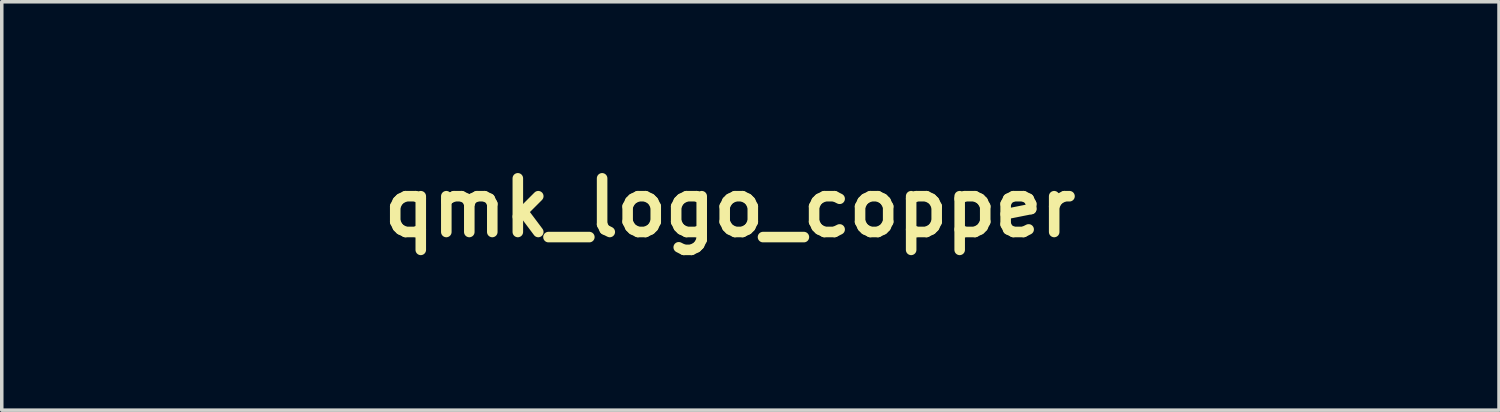
<source format=kicad_pcb>
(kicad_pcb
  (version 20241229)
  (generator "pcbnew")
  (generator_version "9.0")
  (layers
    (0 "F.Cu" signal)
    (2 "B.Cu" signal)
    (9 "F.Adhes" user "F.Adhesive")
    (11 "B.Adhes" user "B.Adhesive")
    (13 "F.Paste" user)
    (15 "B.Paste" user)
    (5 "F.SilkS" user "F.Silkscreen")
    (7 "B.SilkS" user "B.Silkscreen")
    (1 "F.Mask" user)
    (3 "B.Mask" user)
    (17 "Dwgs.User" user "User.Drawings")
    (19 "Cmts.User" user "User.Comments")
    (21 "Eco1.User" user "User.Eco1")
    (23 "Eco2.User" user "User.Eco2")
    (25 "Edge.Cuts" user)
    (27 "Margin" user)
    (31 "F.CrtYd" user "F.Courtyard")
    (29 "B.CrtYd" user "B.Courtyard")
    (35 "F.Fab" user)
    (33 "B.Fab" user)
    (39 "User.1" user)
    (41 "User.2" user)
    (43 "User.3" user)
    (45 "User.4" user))
  (footprint "qmk_logo_copper"
    (layer "F.Cu")
    (at 18.352 2.771)
    (property "Reference" "qmk_logo_copper" (at -0.665 0.081 0) (layer "F.SilkS") (effects (font (size 1.524 1.524) (thickness 0.3))))
    (attr through_hole)
    (fp_poly (pts (xy -0.665 -0.626) (xy -0.588 -0.592) (xy -0.55 -0.522) (xy -0.54 -0.411) (xy -0.54 -0.253) (xy -0.716 -0.274) (xy -0.855 -0.28) (xy -0.961 -0.254) (xy -1.055 -0.187) (xy -1.153 -0.072) (xy -1.16 -0.062) (xy -1.269 0.086) (xy -1.286 1.349) (xy -1.43 1.359) (xy -1.521 1.36) (xy -1.584 1.352) (xy -1.597 1.346) (xy -1.602 1.309) (xy -1.607 1.217) (xy -1.612 1.078) (xy -1.615 0.899) (xy -1.618 0.688) (xy -1.619 0.454) (xy -1.619 0.358) (xy -1.619 -0.607) (xy -1.468 -0.597) (xy -1.318 -0.587) (xy -1.308 -0.453) (xy -1.298 -0.319) (xy -1.2 -0.431) (xy -1.068 -0.553) (xy -0.929 -0.618) (xy -0.793 -0.635) (xy -0.665 -0.626)) (stroke (width 0.01) (type solid)) (fill yes) (layer "F.Mask"))
    (fp_poly (pts (xy 18.033 -1.317) (xy 18.103 -1.284) (xy 18.129 -1.233) (xy 18.109 -1.189) (xy 18.052 -1.103) (xy 17.963 -0.983) (xy 17.848 -0.835) (xy 17.71 -0.666) (xy 17.671 -0.619) (xy 17.213 -0.07) (xy 17.704 0.588) (xy 17.837 0.767) (xy 17.955 0.932) (xy 18.054 1.075) (xy 18.129 1.189) (xy 18.174 1.266) (xy 18.186 1.297) (xy 18.151 1.332) (xy 18.075 1.354) (xy 17.979 1.363) (xy 17.886 1.356) (xy 17.817 1.332) (xy 17.805 1.323) (xy 17.775 1.285) (xy 17.712 1.204) (xy 17.623 1.087) (xy 17.515 0.941) (xy 17.392 0.775) (xy 17.302 0.652) (xy 16.843 0.027) (xy 16.812 1.349) (xy 16.652 1.359) (xy 16.555 1.36) (xy 16.487 1.353) (xy 16.469 1.346) (xy 16.464 1.31) (xy 16.46 1.218) (xy 16.456 1.075) (xy 16.452 0.89) (xy 16.449 0.668) (xy 16.448 0.417) (xy 16.447 0.144) (xy 16.447 0.026) (xy 16.447 -1.272) (xy 16.534 -1.305) (xy 16.652 -1.321) (xy 16.716 -1.311) (xy 16.812 -1.284) (xy 16.843 -0.119) (xy 17.303 -0.698) (xy 17.449 -0.88) (xy 17.581 -1.037) (xy 17.693 -1.164) (xy 17.778 -1.255) (xy 17.833 -1.302) (xy 17.842 -1.307) (xy 17.94 -1.327) (xy 18.033 -1.317)) (stroke (width 0.01) (type solid)) (fill yes) (layer "F.Mask"))
    (fp_poly (pts (xy -7.958 -0.628) (xy -7.738 -0.601) (xy -7.564 -0.543) (xy -7.423 -0.449) (xy -7.341 -0.363) (xy -7.242 -0.2) (xy -7.174 0.004) (xy -7.137 0.233) (xy -7.135 0.472) (xy -7.169 0.705) (xy -7.187 0.774) (xy -7.271 0.958) (xy -7.401 1.124) (xy -7.561 1.258) (xy -7.738 1.344) (xy -7.748 1.347) (xy -7.929 1.382) (xy -8.127 1.392) (xy -8.31 1.376) (xy -8.378 1.361) (xy -8.578 1.274) (xy -8.738 1.139) (xy -8.859 0.956) (xy -8.94 0.73) (xy -8.98 0.473) (xy -8.977 0.389) (xy -8.604 0.389) (xy -8.584 0.614) (xy -8.526 0.801) (xy -8.433 0.943) (xy -8.306 1.035) (xy -8.287 1.044) (xy -8.182 1.068) (xy -8.048 1.077) (xy -7.918 1.069) (xy -7.832 1.05) (xy -7.706 0.969) (xy -7.606 0.84) (xy -7.537 0.671) (xy -7.503 0.472) (xy -7.505 0.282) (xy -7.538 0.067) (xy -7.596 -0.094) (xy -7.684 -0.209) (xy -7.806 -0.285) (xy -7.906 -0.317) (xy -8.095 -0.336) (xy -8.261 -0.298) (xy -8.398 -0.208) (xy -8.503 -0.07) (xy -8.573 0.113) (xy -8.603 0.337) (xy -8.604 0.389) (xy -8.977 0.389) (xy -8.972 0.219) (xy -8.918 -0.019) (xy -8.82 -0.23) (xy -8.7 -0.383) (xy -8.549 -0.508) (xy -8.385 -0.587) (xy -8.194 -0.626) (xy -7.961 -0.629) (xy -7.958 -0.628)) (stroke (width 0.01) (type solid)) (fill yes) (layer "F.Mask"))
    (fp_poly (pts (xy 5.281 -1.494) (xy 5.366 -1.462) (xy 5.366 -0.373) (xy 5.477 -0.458) (xy 5.66 -0.57) (xy 5.847 -0.626) (xy 5.969 -0.635) (xy 6.181 -0.608) (xy 6.359 -0.529) (xy 6.502 -0.398) (xy 6.608 -0.218) (xy 6.676 0.01) (xy 6.706 0.283) (xy 6.707 0.352) (xy 6.686 0.645) (xy 6.624 0.891) (xy 6.521 1.089) (xy 6.377 1.24) (xy 6.245 1.32) (xy 6.046 1.383) (xy 5.848 1.391) (xy 5.665 1.345) (xy 5.637 1.332) (xy 5.534 1.271) (xy 5.44 1.2) (xy 5.425 1.186) (xy 5.338 1.103) (xy 5.328 1.226) (xy 5.319 1.301) (xy 5.296 1.338) (xy 5.242 1.353) (xy 5.167 1.359) (xy 5.016 1.369) (xy 5.016 0.749) (xy 5.366 0.749) (xy 5.501 0.881) (xy 5.656 1.006) (xy 5.804 1.07) (xy 5.948 1.073) (xy 6.09 1.015) (xy 6.199 0.917) (xy 6.274 0.775) (xy 6.317 0.584) (xy 6.329 0.365) (xy 6.318 0.155) (xy 6.286 -0.008) (xy 6.228 -0.136) (xy 6.147 -0.238) (xy 6.037 -0.306) (xy 5.904 -0.323) (xy 5.757 -0.292) (xy 5.608 -0.216) (xy 5.467 -0.096) (xy 5.444 -0.071) (xy 5.411 -0.029) (xy 5.389 0.016) (xy 5.376 0.079) (xy 5.369 0.172) (xy 5.367 0.309) (xy 5.367 0.382) (xy 5.366 0.749) (xy 5.016 0.749) (xy 5.016 -1.487) (xy 5.106 -1.507) (xy 5.205 -1.51) (xy 5.281 -1.494)) (stroke (width 0.01) (type solid)) (fill yes) (layer "F.Mask"))
    (fp_poly (pts (xy -10.239 -1.3) (xy -10.076 -1.292) (xy -9.931 -1.279) (xy -9.817 -1.261) (xy -9.784 -1.253) (xy -9.584 -1.164) (xy -9.429 -1.032) (xy -9.322 -0.86) (xy -9.265 -0.652) (xy -9.257 -0.522) (xy -9.284 -0.28) (xy -9.361 -0.074) (xy -9.488 0.093) (xy -9.661 0.22) (xy -9.88 0.304) (xy -10.142 0.345) (xy -10.261 0.349) (xy -10.509 0.349) (xy -10.509 0.819) (xy -10.512 1.034) (xy -10.519 1.188) (xy -10.531 1.285) (xy -10.547 1.327) (xy -10.6 1.35) (xy -10.686 1.363) (xy -10.778 1.365) (xy -10.85 1.354) (xy -10.869 1.344) (xy -10.874 1.309) (xy -10.878 1.217) (xy -10.882 1.075) (xy -10.885 0.89) (xy -10.888 0.669) (xy -10.889 0.419) (xy -10.89 0.147) (xy -10.89 0.049) (xy -10.89 -0.294) (xy -10.888 -0.577) (xy -10.885 -0.806) (xy -10.881 -0.983) (xy -10.881 -0.984) (xy -10.509 -0.984) (xy -10.509 0.032) (xy -10.263 0.032) (xy -10.086 0.023) (xy -9.958 -0.003) (xy -9.908 -0.024) (xy -9.785 -0.109) (xy -9.707 -0.221) (xy -9.667 -0.373) (xy -9.66 -0.453) (xy -9.667 -0.64) (xy -9.716 -0.783) (xy -9.809 -0.886) (xy -9.95 -0.951) (xy -10.142 -0.981) (xy -10.247 -0.984) (xy -10.509 -0.984) (xy -10.881 -0.984) (xy -10.875 -1.114) (xy -10.868 -1.201) (xy -10.859 -1.251) (xy -10.852 -1.264) (xy -10.802 -1.282) (xy -10.702 -1.294) (xy -10.565 -1.302) (xy -10.407 -1.304) (xy -10.239 -1.3)) (stroke (width 0.01) (type solid)) (fill yes) (layer "F.Mask"))
    (fp_poly (pts (xy 3.289 -1.486) (xy 3.445 -1.476) (xy 3.445 1.349) (xy 3.159 1.349) (xy 3.143 1.211) (xy 3.127 1.072) (xy 3.064 1.143) (xy 2.919 1.261) (xy 2.74 1.343) (xy 2.545 1.385) (xy 2.354 1.381) (xy 2.242 1.352) (xy 2.067 1.255) (xy 1.93 1.107) (xy 1.831 0.909) (xy 1.771 0.665) (xy 1.754 0.492) (xy 1.755 0.381) (xy 2.128 0.381) (xy 2.137 0.591) (xy 2.169 0.753) (xy 2.226 0.88) (xy 2.302 0.975) (xy 2.426 1.059) (xy 2.567 1.084) (xy 2.716 1.05) (xy 2.807 1) (xy 2.915 0.923) (xy 2.989 0.855) (xy 3.037 0.78) (xy 3.064 0.685) (xy 3.076 0.556) (xy 3.079 0.379) (xy 3.079 0.364) (xy 3.08 -0.019) (xy 2.961 -0.133) (xy 2.848 -0.231) (xy 2.752 -0.287) (xy 2.649 -0.313) (xy 2.554 -0.318) (xy 2.453 -0.311) (xy 2.381 -0.281) (xy 2.307 -0.214) (xy 2.299 -0.205) (xy 2.218 -0.1) (xy 2.165 0.022) (xy 2.137 0.174) (xy 2.128 0.373) (xy 2.128 0.381) (xy 1.755 0.381) (xy 1.758 0.197) (xy 1.804 -0.057) (xy 1.889 -0.268) (xy 2.012 -0.433) (xy 2.17 -0.551) (xy 2.362 -0.617) (xy 2.586 -0.629) (xy 2.587 -0.629) (xy 2.721 -0.614) (xy 2.822 -0.583) (xy 2.921 -0.526) (xy 2.936 -0.515) (xy 3.08 -0.414) (xy 3.08 -0.913) (xy 3.082 -1.087) (xy 3.087 -1.241) (xy 3.093 -1.361) (xy 3.102 -1.436) (xy 3.107 -1.455) (xy 3.161 -1.482) (xy 3.273 -1.487) (xy 3.289 -1.486)) (stroke (width 0.01) (type solid)) (fill yes) (layer "F.Mask"))
    (fp_poly (pts (xy 8.637 -0.6) (xy 8.684 -0.586) (xy 8.699 -0.554) (xy 8.7 -0.539) (xy 8.689 -0.496) (xy 8.659 -0.401) (xy 8.613 -0.263) (xy 8.553 -0.087) (xy 8.482 0.117) (xy 8.403 0.342) (xy 8.319 0.58) (xy 8.231 0.824) (xy 8.144 1.066) (xy 8.06 1.298) (xy 7.981 1.513) (xy 7.911 1.702) (xy 7.852 1.859) (xy 7.807 1.975) (xy 7.778 2.042) (xy 7.771 2.056) (xy 7.723 2.079) (xy 7.639 2.092) (xy 7.543 2.094) (xy 7.461 2.086) (xy 7.415 2.066) (xy 7.414 2.065) (xy 7.417 2.024) (xy 7.441 1.938) (xy 7.48 1.821) (xy 7.522 1.711) (xy 7.648 1.388) (xy 7.301 0.456) (xy 7.215 0.224) (xy 7.137 0.009) (xy 7.069 -0.181) (xy 7.015 -0.339) (xy 6.976 -0.456) (xy 6.956 -0.526) (xy 6.953 -0.539) (xy 6.961 -0.577) (xy 6.994 -0.596) (xy 7.068 -0.603) (xy 7.124 -0.603) (xy 7.232 -0.598) (xy 7.292 -0.58) (xy 7.318 -0.548) (xy 7.335 -0.502) (xy 7.37 -0.407) (xy 7.419 -0.27) (xy 7.479 -0.102) (xy 7.547 0.087) (xy 7.576 0.171) (xy 7.646 0.365) (xy 7.709 0.54) (xy 7.762 0.686) (xy 7.803 0.795) (xy 7.827 0.856) (xy 7.832 0.866) (xy 7.847 0.846) (xy 7.879 0.774) (xy 7.926 0.658) (xy 7.984 0.504) (xy 8.049 0.322) (xy 8.099 0.18) (xy 8.169 -0.023) (xy 8.233 -0.206) (xy 8.288 -0.361) (xy 8.33 -0.48) (xy 8.358 -0.552) (xy 8.366 -0.571) (xy 8.407 -0.59) (xy 8.489 -0.601) (xy 8.543 -0.603) (xy 8.637 -0.6)) (stroke (width 0.01) (type solid)) (fill yes) (layer "F.Mask"))
    (fp_poly (pts (xy 0.629 -0.63) (xy 0.853 -0.59) (xy 1.038 -0.5) (xy 1.184 -0.362) (xy 1.288 -0.179) (xy 1.347 0.048) (xy 1.356 0.124) (xy 1.364 0.227) (xy 1.365 0.305) (xy 1.351 0.362) (xy 1.315 0.401) (xy 1.249 0.425) (xy 1.147 0.438) (xy 1 0.444) (xy 0.801 0.445) (xy 0.658 0.445) (xy 0.023 0.445) (xy 0.042 0.605) (xy 0.087 0.792) (xy 0.173 0.932) (xy 0.301 1.026) (xy 0.475 1.077) (xy 0.633 1.086) (xy 0.784 1.074) (xy 0.947 1.046) (xy 1.038 1.022) (xy 1.165 0.989) (xy 1.245 0.987) (xy 1.288 1.019) (xy 1.302 1.089) (xy 1.302 1.102) (xy 1.277 1.189) (xy 1.201 1.259) (xy 1.069 1.316) (xy 0.957 1.346) (xy 0.675 1.39) (xy 0.427 1.384) (xy 0.237 1.34) (xy 0.043 1.254) (xy -0.102 1.143) (xy -0.208 0.995) (xy -0.286 0.799) (xy -0.3 0.746) (xy -0.342 0.488) (xy -0.336 0.224) (xy -0.322 0.151) (xy 0.032 0.151) (xy 0.048 0.167) (xy 0.101 0.178) (xy 0.197 0.185) (xy 0.344 0.189) (xy 0.527 0.191) (xy 1.023 0.191) (xy 1.001 0.073) (xy 0.945 -0.109) (xy 0.855 -0.238) (xy 0.728 -0.315) (xy 0.564 -0.343) (xy 0.5 -0.341) (xy 0.384 -0.328) (xy 0.304 -0.3) (xy 0.23 -0.245) (xy 0.206 -0.222) (xy 0.113 -0.102) (xy 0.051 0.037) (xy 0.032 0.151) (xy -0.322 0.151) (xy -0.287 -0.026) (xy -0.22 -0.195) (xy -0.132 -0.321) (xy -0.007 -0.443) (xy 0.134 -0.543) (xy 0.268 -0.603) (xy 0.376 -0.622) (xy 0.515 -0.631) (xy 0.629 -0.63)) (stroke (width 0.01) (type solid)) (fill yes) (layer "F.Mask"))
    (fp_poly (pts (xy -2.7 -0.609) (xy -2.501 -0.534) (xy -2.342 -0.411) (xy -2.225 -0.241) (xy -2.172 -0.108) (xy -2.144 0.019) (xy -2.13 0.153) (xy -2.131 0.276) (xy -2.146 0.369) (xy -2.165 0.406) (xy -2.203 0.421) (xy -2.288 0.432) (xy -2.422 0.439) (xy -2.612 0.443) (xy -2.832 0.445) (xy -3.461 0.445) (xy -3.459 0.532) (xy -3.429 0.711) (xy -3.348 0.872) (xy -3.227 0.997) (xy -3.16 1.04) (xy -3.047 1.073) (xy -2.895 1.086) (xy -2.722 1.078) (xy -2.548 1.05) (xy -2.431 1.017) (xy -2.321 0.983) (xy -2.256 0.973) (xy -2.222 0.986) (xy -2.217 0.992) (xy -2.194 1.068) (xy -2.197 1.157) (xy -2.225 1.226) (xy -2.233 1.234) (xy -2.335 1.29) (xy -2.481 1.335) (xy -2.656 1.367) (xy -2.842 1.385) (xy -3.021 1.385) (xy -3.176 1.367) (xy -3.233 1.352) (xy -3.439 1.257) (xy -3.599 1.119) (xy -3.717 0.938) (xy -3.793 0.709) (xy -3.81 0.615) (xy -3.826 0.381) (xy -3.806 0.14) (xy -3.795 0.095) (xy -3.46 0.095) (xy -3.458 0.14) (xy -3.421 0.168) (xy -3.344 0.183) (xy -3.219 0.189) (xy -3.039 0.191) (xy -2.969 0.191) (xy -2.781 0.19) (xy -2.648 0.188) (xy -2.56 0.182) (xy -2.509 0.173) (xy -2.484 0.159) (xy -2.477 0.139) (xy -2.477 0.135) (xy -2.502 -0.013) (xy -2.569 -0.156) (xy -2.635 -0.238) (xy -2.708 -0.295) (xy -2.792 -0.327) (xy -2.912 -0.342) (xy -2.913 -0.342) (xy -3.087 -0.331) (xy -3.226 -0.269) (xy -3.338 -0.151) (xy -3.389 -0.064) (xy -3.435 0.028) (xy -3.46 0.095) (xy -3.795 0.095) (xy -3.752 -0.081) (xy -3.731 -0.138) (xy -3.619 -0.328) (xy -3.463 -0.476) (xy -3.269 -0.577) (xy -3.045 -0.629) (xy -2.937 -0.634) (xy -2.7 -0.609)) (stroke (width 0.01) (type solid)) (fill yes) (layer "F.Mask"))
    (fp_poly (pts (xy 11.417 -1.309) (xy 11.663 -1.238) (xy 11.868 -1.12) (xy 12.032 -0.954) (xy 12.154 -0.739) (xy 12.236 -0.476) (xy 12.277 -0.164) (xy 12.28 -0.119) (xy 12.28 0.192) (xy 12.248 0.456) (xy 12.182 0.684) (xy 12.08 0.884) (xy 12.041 0.942) (xy 11.969 1.042) (xy 12.089 1.136) (xy 12.183 1.202) (xy 12.305 1.275) (xy 12.402 1.328) (xy 12.533 1.407) (xy 12.605 1.488) (xy 12.625 1.579) (xy 12.602 1.673) (xy 12.577 1.721) (xy 12.539 1.74) (xy 12.475 1.73) (xy 12.371 1.693) (xy 12.341 1.681) (xy 12.211 1.617) (xy 12.046 1.517) (xy 11.843 1.377) (xy 11.743 1.305) (xy 11.696 1.281) (xy 11.641 1.283) (xy 11.555 1.312) (xy 11.548 1.315) (xy 11.348 1.369) (xy 11.121 1.39) (xy 10.886 1.379) (xy 10.665 1.336) (xy 10.477 1.263) (xy 10.457 1.252) (xy 10.304 1.138) (xy 10.165 0.987) (xy 10.058 0.822) (xy 10.026 0.749) (xy 9.959 0.503) (xy 9.922 0.226) (xy 9.922 0.166) (xy 10.321 0.166) (xy 10.336 0.358) (xy 10.351 0.449) (xy 10.411 0.634) (xy 10.5 0.798) (xy 10.61 0.922) (xy 10.668 0.963) (xy 10.822 1.025) (xy 11.007 1.055) (xy 11.2 1.054) (xy 11.376 1.02) (xy 11.446 0.992) (xy 11.61 0.878) (xy 11.742 0.718) (xy 11.812 0.576) (xy 11.867 0.375) (xy 11.895 0.145) (xy 11.896 -0.095) (xy 11.873 -0.325) (xy 11.824 -0.528) (xy 11.78 -0.632) (xy 11.66 -0.805) (xy 11.501 -0.926) (xy 11.306 -0.996) (xy 11.106 -1.015) (xy 10.885 -0.99) (xy 10.702 -0.915) (xy 10.552 -0.787) (xy 10.432 -0.603) (xy 10.409 -0.556) (xy 10.367 -0.42) (xy 10.337 -0.242) (xy 10.322 -0.04) (xy 10.321 0.166) (xy 9.922 0.166) (xy 9.918 -0.059) (xy 9.933 -0.226) (xy 9.997 -0.531) (xy 10.102 -0.788) (xy 10.247 -0.995) (xy 10.431 -1.153) (xy 10.656 -1.262) (xy 10.921 -1.321) (xy 11.128 -1.333) (xy 11.417 -1.309)) (stroke (width 0.01) (type solid)) (fill yes) (layer "F.Mask"))
    (fp_poly (pts (xy 15.642 -1.288) (xy 15.719 -1.261) (xy 15.73 -1.252) (xy 15.743 -1.233) (xy 15.753 -1.202) (xy 15.761 -1.152) (xy 15.767 -1.077) (xy 15.771 -0.971) (xy 15.774 -0.829) (xy 15.775 -0.645) (xy 15.775 -0.413) (xy 15.773 -0.126) (xy 15.772 0.074) (xy 15.764 1.349) (xy 15.415 1.349) (xy 15.383 -0.926) (xy 14.941 0.18) (xy 14.841 0.431) (xy 14.747 0.664) (xy 14.662 0.872) (xy 14.589 1.049) (xy 14.53 1.188) (xy 14.49 1.282) (xy 14.47 1.325) (xy 14.469 1.326) (xy 14.42 1.35) (xy 14.335 1.364) (xy 14.303 1.365) (xy 14.213 1.357) (xy 14.149 1.335) (xy 14.138 1.326) (xy 14.12 1.288) (xy 14.083 1.197) (xy 14.028 1.061) (xy 13.958 0.886) (xy 13.877 0.679) (xy 13.786 0.447) (xy 13.69 0.196) (xy 13.682 0.176) (xy 13.256 -0.934) (xy 13.224 1.349) (xy 13.081 1.359) (xy 12.978 1.356) (xy 12.908 1.336) (xy 12.898 1.329) (xy 12.887 1.287) (xy 12.878 1.19) (xy 12.871 1.046) (xy 12.865 0.865) (xy 12.86 0.654) (xy 12.857 0.422) (xy 12.856 0.177) (xy 12.856 -0.071) (xy 12.858 -0.315) (xy 12.862 -0.546) (xy 12.867 -0.756) (xy 12.873 -0.936) (xy 12.882 -1.077) (xy 12.891 -1.171) (xy 12.9 -1.206) (xy 12.928 -1.249) (xy 12.969 -1.275) (xy 13.04 -1.288) (xy 13.156 -1.295) (xy 13.305 -1.295) (xy 13.405 -1.277) (xy 13.447 -1.256) (xy 13.475 -1.226) (xy 13.514 -1.161) (xy 13.564 -1.059) (xy 13.628 -0.915) (xy 13.709 -0.724) (xy 13.807 -0.482) (xy 13.91 -0.223) (xy 14.004 0.012) (xy 14.09 0.226) (xy 14.167 0.414) (xy 14.231 0.568) (xy 14.28 0.682) (xy 14.311 0.748) (xy 14.32 0.762) (xy 14.337 0.734) (xy 14.374 0.653) (xy 14.43 0.528) (xy 14.501 0.364) (xy 14.584 0.169) (xy 14.676 -0.052) (xy 14.747 -0.224) (xy 14.874 -0.527) (xy 14.983 -0.78) (xy 15.073 -0.982) (xy 15.144 -1.13) (xy 15.194 -1.223) (xy 15.22 -1.256) (xy 15.297 -1.285) (xy 15.408 -1.301) (xy 15.531 -1.301) (xy 15.642 -1.288)) (stroke (width 0.01) (type solid)) (fill yes) (layer "F.Mask"))
    (fp_poly (pts (xy -6.434 -0.341) (xy -6.386 -0.18) (xy -6.333 -0.003) (xy -6.288 0.153) (xy -6.287 0.159) (xy -6.243 0.31) (xy -6.191 0.486) (xy -6.141 0.651) (xy -6.137 0.667) (xy -6.055 0.937) (xy -5.857 0.201) (xy -5.801 -0.006) (xy -5.749 -0.194) (xy -5.704 -0.353) (xy -5.668 -0.474) (xy -5.645 -0.549) (xy -5.637 -0.569) (xy -5.596 -0.589) (xy -5.513 -0.601) (xy -5.461 -0.603) (xy -5.367 -0.6) (xy -5.316 -0.584) (xy -5.29 -0.544) (xy -5.277 -0.5) (xy -5.217 -0.29) (xy -5.155 -0.074) (xy -5.093 0.14) (xy -5.033 0.343) (xy -4.978 0.526) (xy -4.93 0.68) (xy -4.893 0.798) (xy -4.868 0.87) (xy -4.859 0.889) (xy -4.845 0.86) (xy -4.817 0.779) (xy -4.779 0.657) (xy -4.732 0.502) (xy -4.686 0.341) (xy -4.63 0.147) (xy -4.576 -0.041) (xy -4.527 -0.208) (xy -4.489 -0.34) (xy -4.47 -0.405) (xy -4.41 -0.603) (xy -4.255 -0.603) (xy -4.161 -0.597) (xy -4.095 -0.582) (xy -4.08 -0.572) (xy -4.085 -0.536) (xy -4.106 -0.45) (xy -4.141 -0.32) (xy -4.187 -0.158) (xy -4.241 0.029) (xy -4.3 0.231) (xy -4.362 0.439) (xy -4.425 0.644) (xy -4.484 0.837) (xy -4.538 1.009) (xy -4.585 1.151) (xy -4.62 1.253) (xy -4.636 1.294) (xy -4.661 1.334) (xy -4.704 1.356) (xy -4.782 1.364) (xy -4.853 1.365) (xy -4.97 1.358) (xy -5.05 1.34) (xy -5.073 1.326) (xy -5.091 1.284) (xy -5.124 1.192) (xy -5.168 1.057) (xy -5.219 0.89) (xy -5.276 0.7) (xy -5.295 0.635) (xy -5.485 -0.016) (xy -5.523 0.127) (xy -5.611 0.455) (xy -5.684 0.726) (xy -5.743 0.942) (xy -5.788 1.107) (xy -5.822 1.225) (xy -5.845 1.299) (xy -5.857 1.332) (xy -5.858 1.334) (xy -5.901 1.353) (xy -5.985 1.364) (xy -6.087 1.364) (xy -6.185 1.356) (xy -6.258 1.339) (xy -6.28 1.326) (xy -6.298 1.285) (xy -6.331 1.193) (xy -6.376 1.059) (xy -6.43 0.892) (xy -6.491 0.702) (xy -6.555 0.497) (xy -6.62 0.288) (xy -6.682 0.083) (xy -6.74 -0.108) (xy -6.789 -0.276) (xy -6.827 -0.41) (xy -6.851 -0.503) (xy -6.858 -0.543) (xy -6.849 -0.578) (xy -6.814 -0.596) (xy -6.736 -0.603) (xy -6.685 -0.603) (xy -6.513 -0.603) (xy -6.434 -0.341)) (stroke (width 0.01) (type solid)) (fill yes) (layer "F.Mask"))
    (fp_poly (pts (xy -16.2 -2.756) (xy -16.05 -2.746) (xy -16.04 -2.469) (xy -16.031 -2.191) (xy -15.719 -2.191) (xy -15.71 -2.469) (xy -15.7 -2.746) (xy -15.415 -2.746) (xy -15.405 -2.469) (xy -15.396 -2.191) (xy -15.084 -2.191) (xy -15.075 -2.469) (xy -15.065 -2.746) (xy -14.926 -2.756) (xy -14.817 -2.753) (xy -14.761 -2.727) (xy -14.759 -2.725) (xy -14.747 -2.674) (xy -14.737 -2.579) (xy -14.733 -2.459) (xy -14.732 -2.437) (xy -14.732 -2.191) (xy -14.417 -2.191) (xy -14.408 -2.469) (xy -14.399 -2.746) (xy -14.113 -2.746) (xy -14.104 -2.469) (xy -14.095 -2.191) (xy -13.958 -2.191) (xy -13.778 -2.161) (xy -13.616 -2.078) (xy -13.482 -1.952) (xy -13.387 -1.792) (xy -13.342 -1.609) (xy -13.342 -1.606) (xy -13.327 -1.431) (xy -12.779 -1.413) (xy -12.769 -1.273) (xy -12.772 -1.165) (xy -12.799 -1.108) (xy -12.801 -1.107) (xy -12.851 -1.094) (xy -12.946 -1.085) (xy -13.067 -1.08) (xy -13.089 -1.08) (xy -13.335 -1.079) (xy -13.335 -0.794) (xy -13.089 -0.793) (xy -12.966 -0.79) (xy -12.865 -0.781) (xy -12.806 -0.769) (xy -12.801 -0.766) (xy -12.773 -0.713) (xy -12.769 -0.607) (xy -12.769 -0.6) (xy -12.779 -0.46) (xy -13.057 -0.451) (xy -13.335 -0.442) (xy -13.335 -0.129) (xy -12.779 -0.111) (xy -12.779 0.175) (xy -13.057 0.184) (xy -13.335 0.193) (xy -13.335 0.506) (xy -13.057 0.515) (xy -12.779 0.524) (xy -12.769 0.664) (xy -12.772 0.772) (xy -12.799 0.828) (xy -12.801 0.83) (xy -12.851 0.843) (xy -12.946 0.852) (xy -13.067 0.857) (xy -13.091 0.857) (xy -13.338 0.857) (xy -13.329 1.008) (xy -13.319 1.159) (xy -13.04 1.168) (xy -12.76 1.177) (xy -12.77 1.327) (xy -12.779 1.476) (xy -13.053 1.485) (xy -13.327 1.495) (xy -13.342 1.669) (xy -13.386 1.852) (xy -13.48 2.012) (xy -13.613 2.139) (xy -13.774 2.223) (xy -13.954 2.254) (xy -13.958 2.254) (xy -14.095 2.254) (xy -14.104 2.532) (xy -14.113 2.81) (xy -14.264 2.82) (xy -14.415 2.829) (xy -14.415 2.254) (xy -14.732 2.254) (xy -14.732 2.5) (xy -14.736 2.623) (xy -14.745 2.724) (xy -14.757 2.783) (xy -14.759 2.788) (xy -14.813 2.816) (xy -14.919 2.82) (xy -14.926 2.82) (xy -15.065 2.81) (xy -15.075 2.532) (xy -15.084 2.254) (xy -15.396 2.254) (xy -15.405 2.532) (xy -15.415 2.81) (xy -15.7 2.81) (xy -15.71 2.532) (xy -15.719 2.254) (xy -16.031 2.254) (xy -16.04 2.532) (xy -16.05 2.81) (xy -16.2 2.82) (xy -16.351 2.829) (xy -16.351 2.254) (xy -16.669 2.254) (xy -16.669 2.49) (xy -16.671 2.639) (xy -16.681 2.736) (xy -16.705 2.792) (xy -16.748 2.818) (xy -16.816 2.826) (xy -16.841 2.826) (xy -16.929 2.821) (xy -16.988 2.81) (xy -16.997 2.805) (xy -17.007 2.765) (xy -17.014 2.678) (xy -17.018 2.561) (xy -17.018 2.523) (xy -17.018 2.262) (xy -17.186 2.248) (xy -17.375 2.203) (xy -17.538 2.106) (xy -17.666 1.966) (xy -17.748 1.794) (xy -17.774 1.661) (xy -17.788 1.495) (xy -18.062 1.485) (xy -18.336 1.476) (xy -18.336 1.191) (xy -18.058 1.181) (xy -17.78 1.172) (xy -17.78 0.857) (xy -18.026 0.857) (xy -18.149 0.853) (xy -18.25 0.844) (xy -18.309 0.832) (xy -18.314 0.83) (xy -18.342 0.776) (xy -18.346 0.67) (xy -18.346 0.664) (xy -18.336 0.524) (xy -18.058 0.515) (xy -17.78 0.506) (xy -17.78 0.193) (xy -18.058 0.184) (xy -18.336 0.175) (xy -18.336 -0.111) (xy -18.058 -0.12) (xy -17.78 -0.129) (xy -17.78 -0.442) (xy -18.058 -0.451) (xy -18.336 -0.46) (xy -18.346 -0.6) (xy -18.343 -0.708) (xy -18.316 -0.765) (xy -18.314 -0.766) (xy -18.264 -0.779) (xy -18.169 -0.789) (xy -18.048 -0.793) (xy -18.026 -0.793) (xy -17.78 -0.794) (xy -17.78 -0.875) (xy -16.826 -0.875) (xy -16.824 -0.659) (xy -16.823 -0.559) (xy -16.81 0.088) (xy -16.7 0.306) (xy -16.58 0.493) (xy -16.431 0.633) (xy -16.246 0.733) (xy -16.015 0.796) (xy -15.883 0.815) (xy -15.716 0.834) (xy -15.716 1.097) (xy -15.712 1.248) (xy -15.699 1.34) (xy -15.677 1.376) (xy -15.572 1.394) (xy -15.461 1.378) (xy -15.428 1.364) (xy -15.397 1.339) (xy -15.378 1.294) (xy -15.369 1.217) (xy -15.367 1.091) (xy -15.367 1.082) (xy -15.367 0.833) (xy -15.197 0.812) (xy -14.97 0.757) (xy -14.758 0.656) (xy -14.576 0.519) (xy -14.437 0.353) (xy -14.403 0.293) (xy -14.361 0.189) (xy -14.329 0.056) (xy -14.307 -0.112) (xy -14.294 -0.324) (xy -14.288 -0.589) (xy -14.287 -0.697) (xy -14.288 -0.906) (xy -14.29 -1.061) (xy -14.298 -1.169) (xy -14.312 -1.239) (xy -14.336 -1.278) (xy -14.371 -1.296) (xy -14.421 -1.302) (xy -14.462 -1.302) (xy -14.522 -1.301) (xy -14.566 -1.293) (xy -14.597 -1.269) (xy -14.617 -1.221) (xy -14.629 -1.141) (xy -14.635 -1.021) (xy -14.637 -0.853) (xy -14.637 -0.671) (xy -14.639 -0.475) (xy -14.643 -0.294) (xy -14.651 -0.139) (xy -14.66 -0.024) (xy -14.669 0.035) (xy -14.752 0.222) (xy -14.882 0.37) (xy -15.055 0.473) (xy -15.232 0.523) (xy -15.367 0.545) (xy -15.367 -0.34) (xy -15.367 -0.612) (xy -15.369 -0.827) (xy -15.373 -0.992) (xy -15.38 -1.114) (xy -15.392 -1.198) (xy -15.41 -1.253) (xy -15.435 -1.284) (xy -15.467 -1.298) (xy -15.509 -1.302) (xy -15.53 -1.302) (xy -15.583 -1.302) (xy -15.625 -1.298) (xy -15.657 -1.284) (xy -15.681 -1.253) (xy -15.697 -1.197) (xy -15.707 -1.111) (xy -15.713 -0.987) (xy -15.716 -0.82) (xy -15.716 -0.601) (xy -15.716 -0.358) (xy -15.716 0.548) (xy -15.851 0.527) (xy -16.065 0.467) (xy -16.238 0.36) (xy -16.366 0.21) (xy -16.367 0.209) (xy -16.462 0.053) (xy -16.473 -0.601) (xy -16.479 -0.853) (xy -16.487 -1.045) (xy -16.497 -1.178) (xy -16.51 -1.255) (xy -16.521 -1.277) (xy -16.595 -1.299) (xy -16.687 -1.297) (xy -16.768 -1.275) (xy -16.796 -1.254) (xy -16.81 -1.219) (xy -16.819 -1.148) (xy -16.825 -1.036) (xy -16.826 -0.875) (xy -17.78 -0.875) (xy -17.78 -1.079) (xy -18.012 -1.079) (xy -18.167 -1.085) (xy -18.268 -1.107) (xy -18.325 -1.149) (xy -18.347 -1.218) (xy -18.346 -1.287) (xy -18.336 -1.413) (xy -18.062 -1.422) (xy -17.789 -1.431) (xy -17.771 -1.603) (xy -17.722 -1.795) (xy -17.622 -1.959) (xy -17.481 -2.084) (xy -17.307 -2.163) (xy -17.187 -2.185) (xy -17.02 -2.198) (xy -17.011 -2.472) (xy -17.002 -2.746) (xy -16.862 -2.756) (xy -16.754 -2.753) (xy -16.698 -2.727) (xy -16.696 -2.725) (xy -16.683 -2.674) (xy -16.674 -2.579) (xy -16.669 -2.459) (xy -16.669 -2.437) (xy -16.669 -2.191) (xy -16.351 -2.191) (xy -16.351 -2.766) (xy -16.2 -2.756)) (stroke (width 0.01) (type solid)) (fill yes) (layer "F.Mask")))
  (gr_rect
    (start -3 -3)
    (end 39.543 8.605)
    (stroke (width 0.1) (type default))
    (fill no)
    (layer "Edge.Cuts")))
</source>
